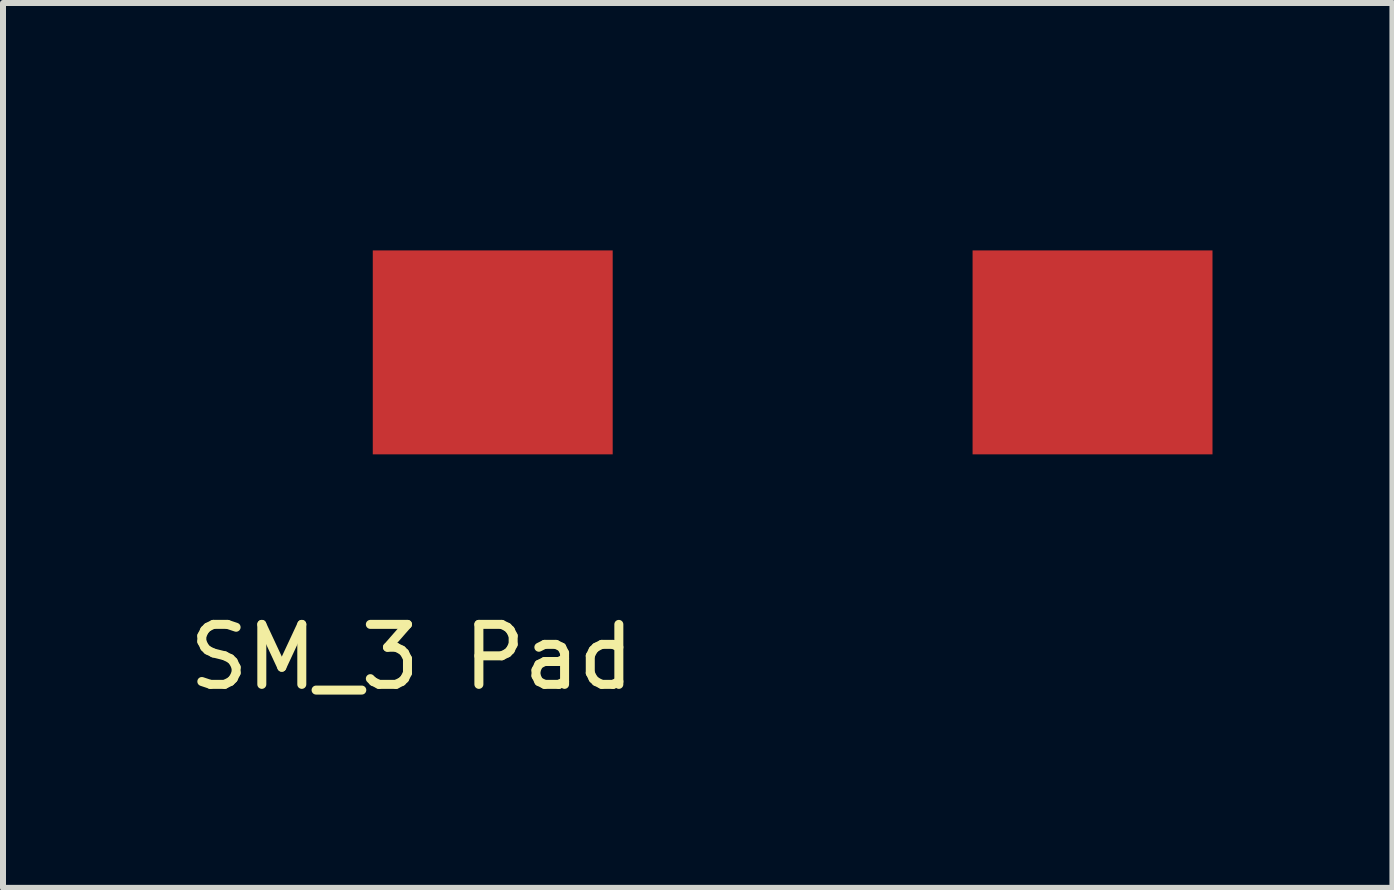
<source format=kicad_pcb>
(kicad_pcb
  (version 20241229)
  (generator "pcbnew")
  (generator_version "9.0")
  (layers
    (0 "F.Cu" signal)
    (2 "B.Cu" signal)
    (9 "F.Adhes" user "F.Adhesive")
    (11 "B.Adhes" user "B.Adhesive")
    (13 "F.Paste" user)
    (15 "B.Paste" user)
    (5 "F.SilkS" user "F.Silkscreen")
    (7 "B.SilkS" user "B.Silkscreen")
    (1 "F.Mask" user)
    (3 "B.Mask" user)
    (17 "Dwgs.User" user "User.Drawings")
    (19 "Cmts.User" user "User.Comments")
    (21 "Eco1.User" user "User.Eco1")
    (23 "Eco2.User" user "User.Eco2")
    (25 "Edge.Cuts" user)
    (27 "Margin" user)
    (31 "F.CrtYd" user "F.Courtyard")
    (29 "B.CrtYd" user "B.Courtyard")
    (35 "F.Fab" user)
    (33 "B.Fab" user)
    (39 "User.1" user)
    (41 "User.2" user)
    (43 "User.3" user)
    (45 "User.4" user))
  (footprint "SM_3 Pad"
    (layer "F.Cu")
    (at 10.165 2.825)
    (property "Reference" "SM_3 Pad" (at -6.35 5.08 0) (layer "F.SilkS") (effects (font (size 1 1) (thickness 0.15))))
    (attr through_hole)
    (fp_line (start -5.25 -2.75) (end 5.25 -2.75) (stroke (width 0.15) (type solid)) (layer "F.Mask"))
    (fp_line (start -5.25 -2.7) (end -5.25 2.7) (stroke (width 0.15) (type solid)) (layer "F.Mask"))
    (fp_line (start -5.25 2.75) (end 5.25 2.75) (stroke (width 0.15) (type solid)) (layer "F.Mask"))
    (fp_line (start 5.25 2.7) (end 5.25 -2.7) (stroke (width 0.15) (type solid)) (layer "F.Mask"))
    (pad "1" smd rect (at -5 0) (size 4 3.4) (layers "F.Cu" "F.Mask" "F.Paste"))
    (pad "2" smd rect (at 5 0) (size 4 3.4) (layers "F.Cu" "F.Mask" "F.Paste")))
  (gr_rect
    (start -3 -3)
    (end 20.165 11.753)
    (stroke (width 0.1) (type default))
    (fill no)
    (layer "Edge.Cuts")))
</source>
